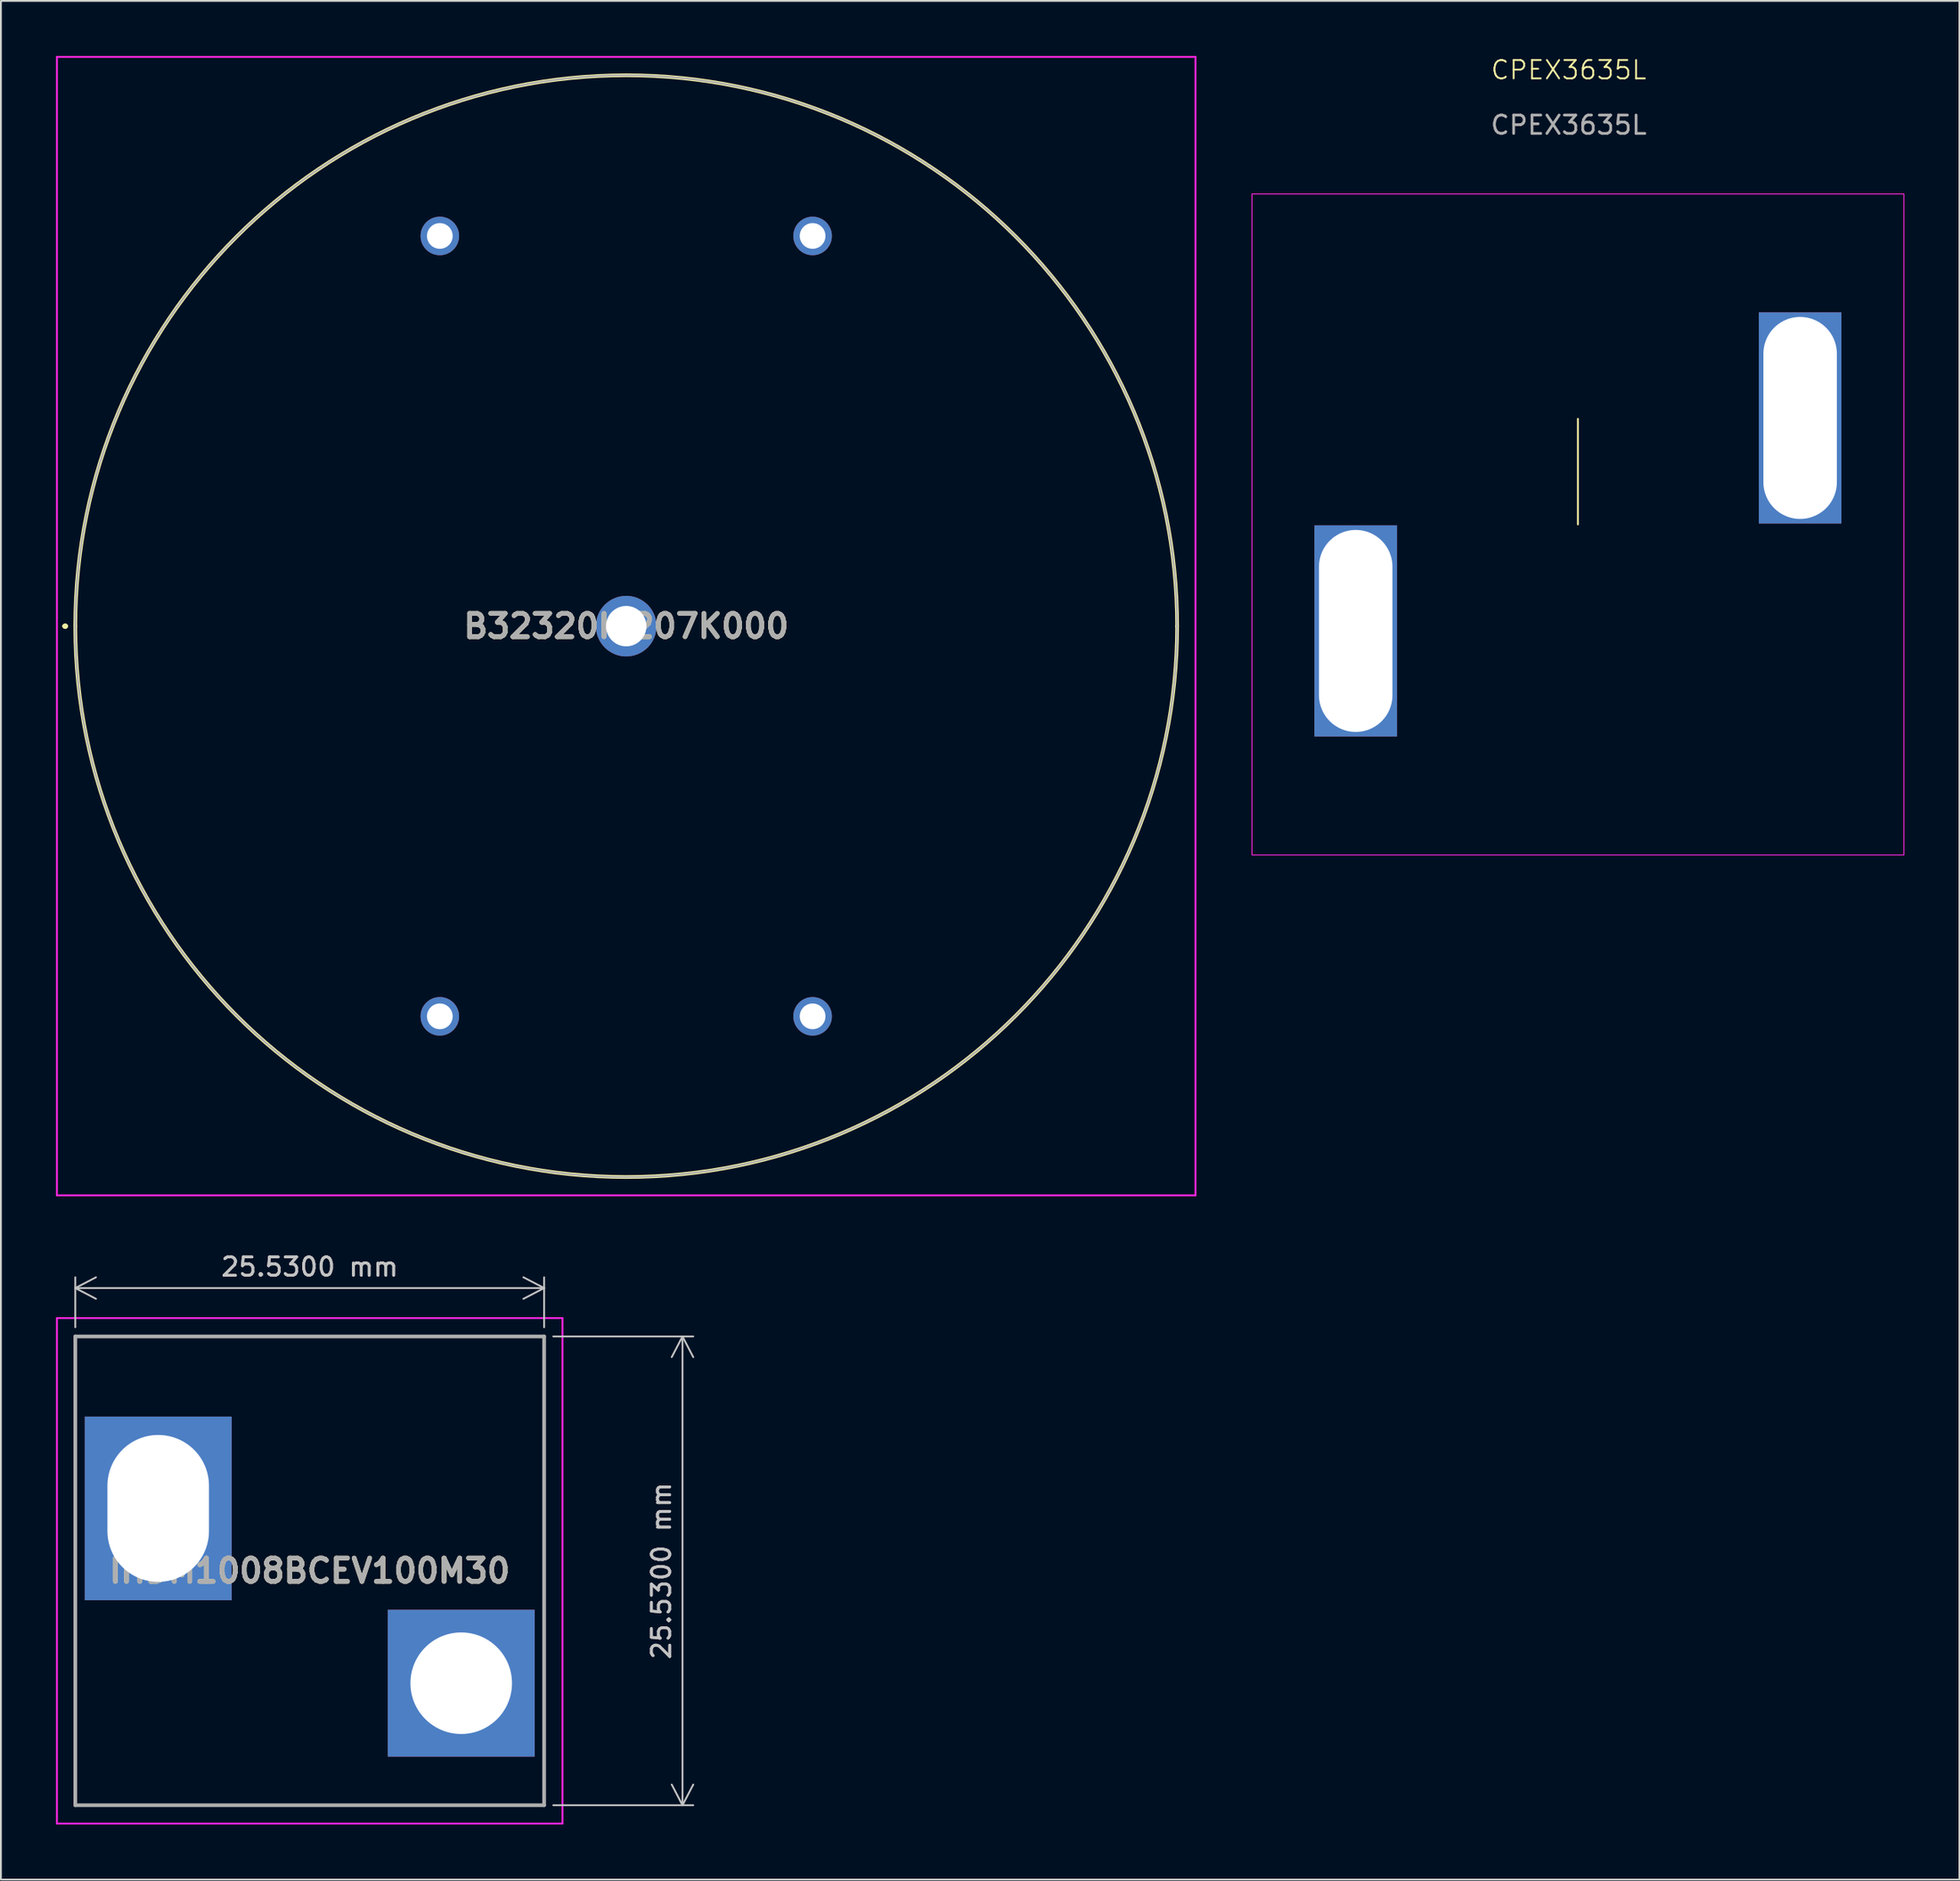
<source format=kicad_pcb>
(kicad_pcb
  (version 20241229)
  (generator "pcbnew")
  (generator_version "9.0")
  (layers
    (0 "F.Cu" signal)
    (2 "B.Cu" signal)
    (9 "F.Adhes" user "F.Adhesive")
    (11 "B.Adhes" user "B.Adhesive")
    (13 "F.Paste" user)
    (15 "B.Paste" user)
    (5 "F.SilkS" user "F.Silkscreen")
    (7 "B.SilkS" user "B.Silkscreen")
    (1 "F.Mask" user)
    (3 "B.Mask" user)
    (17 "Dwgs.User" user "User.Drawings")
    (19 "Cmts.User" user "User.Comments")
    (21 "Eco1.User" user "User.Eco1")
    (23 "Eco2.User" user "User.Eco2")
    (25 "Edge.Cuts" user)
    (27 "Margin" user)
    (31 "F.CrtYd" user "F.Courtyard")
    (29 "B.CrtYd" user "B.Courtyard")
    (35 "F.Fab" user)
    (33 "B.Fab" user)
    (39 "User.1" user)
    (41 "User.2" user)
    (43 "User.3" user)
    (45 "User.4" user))
  (footprint "IHDM1008BCEV100M30"
    (layer "F.Cu")
    (at 13.715 82.498)
    (property "Reference" "IHDM1008BCEV100M30" (at 0.1 0 0) (layer "F.SilkS") (effects (font (size 1.27 1.27) (thickness 0.254))))
    (attr through_hole)
    (fp_line (start -12.665 -12.765) (end -12.665 12.765) (stroke (width 0.1) (type solid)) (layer "F.SilkS"))
    (fp_line (start -12.665 12.765) (end 12.865 12.765) (stroke (width 0.1) (type solid)) (layer "F.SilkS"))
    (fp_line (start 12.865 -12.765) (end -12.665 -12.765) (stroke (width 0.1) (type solid)) (layer "F.SilkS"))
    (fp_line (start 12.865 12.765) (end 12.865 -12.765) (stroke (width 0.1) (type solid)) (layer "F.SilkS"))
    (fp_line (start -13.665 -13.765) (end -13.665 13.765) (stroke (width 0.1) (type solid)) (layer "F.CrtYd"))
    (fp_line (start -13.665 13.765) (end 13.865 13.765) (stroke (width 0.1) (type solid)) (layer "F.CrtYd"))
    (fp_line (start 13.865 -13.765) (end -13.665 -13.765) (stroke (width 0.1) (type solid)) (layer "F.CrtYd"))
    (fp_line (start 13.865 13.765) (end 13.865 -13.765) (stroke (width 0.1) (type solid)) (layer "F.CrtYd"))
    (fp_line (start -12.665 -12.765) (end -12.665 12.765) (stroke (width 0.2) (type solid)) (layer "F.Fab"))
    (fp_line (start -12.665 12.765) (end 12.865 12.765) (stroke (width 0.2) (type solid)) (layer "F.Fab"))
    (fp_line (start 12.865 -12.765) (end -12.665 -12.765) (stroke (width 0.2) (type solid)) (layer "F.Fab"))
    (fp_line (start 12.865 12.765) (end 12.865 -12.765) (stroke (width 0.2) (type solid)) (layer "F.Fab"))
    (fp_text user "${REFERENCE}" (at 0.1 0 0) (layer "F.Fab") (effects (font (size 1.27 1.27) (thickness 0.254))))
    (dimension (type aligned) (layer "Dwgs.User") (pts (xy 26.58 95.263) (xy 26.58 69.733)) (height 7.535) (format (prefix "") (suffix "") (units 3) (units_format 1) (precision 4)) (style (thickness 0.1) (arrow_length 1.27) (text_position_mode 0) (arrow_direction outward) (extension_height 0.586) (extension_offset 0.5) (keep_text_aligned yes)) (gr_text "25.5300 mm" (at 32.965 82.498 90) (layer "Dwgs.User") (effects (font (size 1 1) (thickness 0.15)))))
    (dimension (type aligned) (layer "Dwgs.User") (pts (xy 26.58 69.733) (xy 1.05 69.733)) (height 2.635) (format (prefix "") (suffix "") (units 3) (units_format 1) (precision 4)) (style (thickness 0.1) (arrow_length 1.27) (text_position_mode 0) (arrow_direction outward) (extension_height 0.586) (extension_offset 0.5) (keep_text_aligned yes)) (gr_text "25.5300 mm" (at 13.815 65.948 0) (layer "Dwgs.User") (effects (font (size 1 1) (thickness 0.15)))))
    (pad "1" thru_hole rect (at -8.15 -3.4) (size 8 10) (drill oval 5.53 8) (layers "*.Cu" "*.Mask"))
    (pad "2" thru_hole rect (at 8.35 6.12) (size 8 8) (drill 5.53) (layers "*.Cu" "*.Mask")))
  (footprint "B32320I8207K000"
    (layer "F.Cu")
    (at 31.05 31.05)
    (property "Reference" "B32320I8207K000" (at 0 0 0) (layer "F.SilkS") (effects (font (size 1.27 1.27) (thickness 0.254))))
    (attr through_hole)
    (fp_line (start -30.6 0) (end -30.6 0) (stroke (width 0.2) (type solid)) (layer "F.SilkS"))
    (fp_line (start -30.6 0) (end -30.6 0) (stroke (width 0.2) (type solid)) (layer "F.SilkS"))
    (fp_line (start -30.5 0) (end -30.5 0) (stroke (width 0.2) (type solid)) (layer "F.SilkS"))
    (fp_line (start -30 0) (end -30 0) (stroke (width 0.2) (type solid)) (layer "F.SilkS"))
    (fp_line (start 30 0) (end 30 0) (stroke (width 0.2) (type solid)) (layer "F.SilkS"))
    (fp_arc (start -30.6 0) (mid -30.55 -0.05) (end -30.5 0) (stroke (width 0.2) (type solid)) (layer "F.SilkS"))
    (fp_arc (start -30.5 0) (mid -30.55 0.05) (end -30.6 0) (stroke (width 0.2) (type solid)) (layer "F.SilkS"))
    (fp_arc (start -30.5 0) (mid -30.55 0.05) (end -30.6 0) (stroke (width 0.2) (type solid)) (layer "F.SilkS"))
    (fp_arc (start -30 0) (mid 0 -30) (end 30 0) (stroke (width 0.2) (type solid)) (layer "F.SilkS"))
    (fp_arc (start 30 0) (mid 0 30) (end -30 0) (stroke (width 0.2) (type solid)) (layer "F.SilkS"))
    (fp_line (start -31 -31) (end 31 -31) (stroke (width 0.1) (type solid)) (layer "F.CrtYd"))
    (fp_line (start -31 31) (end -31 -31) (stroke (width 0.1) (type solid)) (layer "F.CrtYd"))
    (fp_line (start 31 -31) (end 31 31) (stroke (width 0.1) (type solid)) (layer "F.CrtYd"))
    (fp_line (start 31 31) (end -31 31) (stroke (width 0.1) (type solid)) (layer "F.CrtYd"))
    (fp_line (start -30 0) (end -30 0) (stroke (width 0.1) (type solid)) (layer "F.Fab"))
    (fp_line (start 30 0) (end 30 0) (stroke (width 0.1) (type solid)) (layer "F.Fab"))
    (fp_arc (start -30 0) (mid 0 -30) (end 30 0) (stroke (width 0.1) (type solid)) (layer "F.Fab"))
    (fp_arc (start 30 0) (mid 0 30) (end -30 0) (stroke (width 0.1) (type solid)) (layer "F.Fab"))
    (fp_text user "${REFERENCE}" (at 0 0 0) (layer "F.Fab") (effects (font (size 1.27 1.27) (thickness 0.254))))
    (pad "1" thru_hole circle (at 0 0) (size 3.3 3.3) (drill 2.2) (layers "*.Cu" "*.Mask"))
    (pad "2" thru_hole circle (at -10.15 21.25) (size 2.1 2.1) (drill 1.4) (layers "*.Cu" "*.Mask"))
    (pad "3" thru_hole circle (at 10.15 21.25) (size 2.1 2.1) (drill 1.4) (layers "*.Cu" "*.Mask"))
    (pad "4" thru_hole circle (at 10.15 -21.25) (size 2.1 2.1) (drill 1.4) (layers "*.Cu" "*.Mask"))
    (pad "5" thru_hole circle (at -10.15 -21.25) (size 2.1 2.1) (drill 1.4) (layers "*.Cu" "*.Mask")))
  (footprint "CPEX3635L"
    (layer "F.Cu")
    (at 82.875 25.511)
    (property "Reference" "CPEX3635L" (at -0.5 -24.75 0) (unlocked yes) (layer "F.SilkS") (effects (font (size 1 1) (thickness 0.1))))
    (attr through_hole)
    (fp_line (start 0 0) (end 0 -5.75) (stroke (width 0.1) (type default)) (layer "F.SilkS"))
    (fp_rect (start -17.75 -18) (end 17.75 18) (stroke (width 0.05) (type default)) (fill no) (layer "F.CrtYd"))
    (fp_text user "${REFERENCE}" (at -0.5 -21.75 0) (unlocked yes) (layer "F.Fab") (effects (font (size 1 1) (thickness 0.15))))
    (pad "1" thru_hole rect (at -12.1 5.8) (size 4.5 11.5) (drill oval 4 11) (layers "*.Cu" "*.Mask"))
    (pad "2" thru_hole rect (at 12.1 -5.8) (size 4.5 11.5) (drill oval 4 11) (layers "*.Cu" "*.Mask")))
  (gr_rect
    (start -3 -3)
    (end 103.65 99.313)
    (stroke (width 0.1) (type default))
    (fill no)
    (layer "Edge.Cuts")))
</source>
